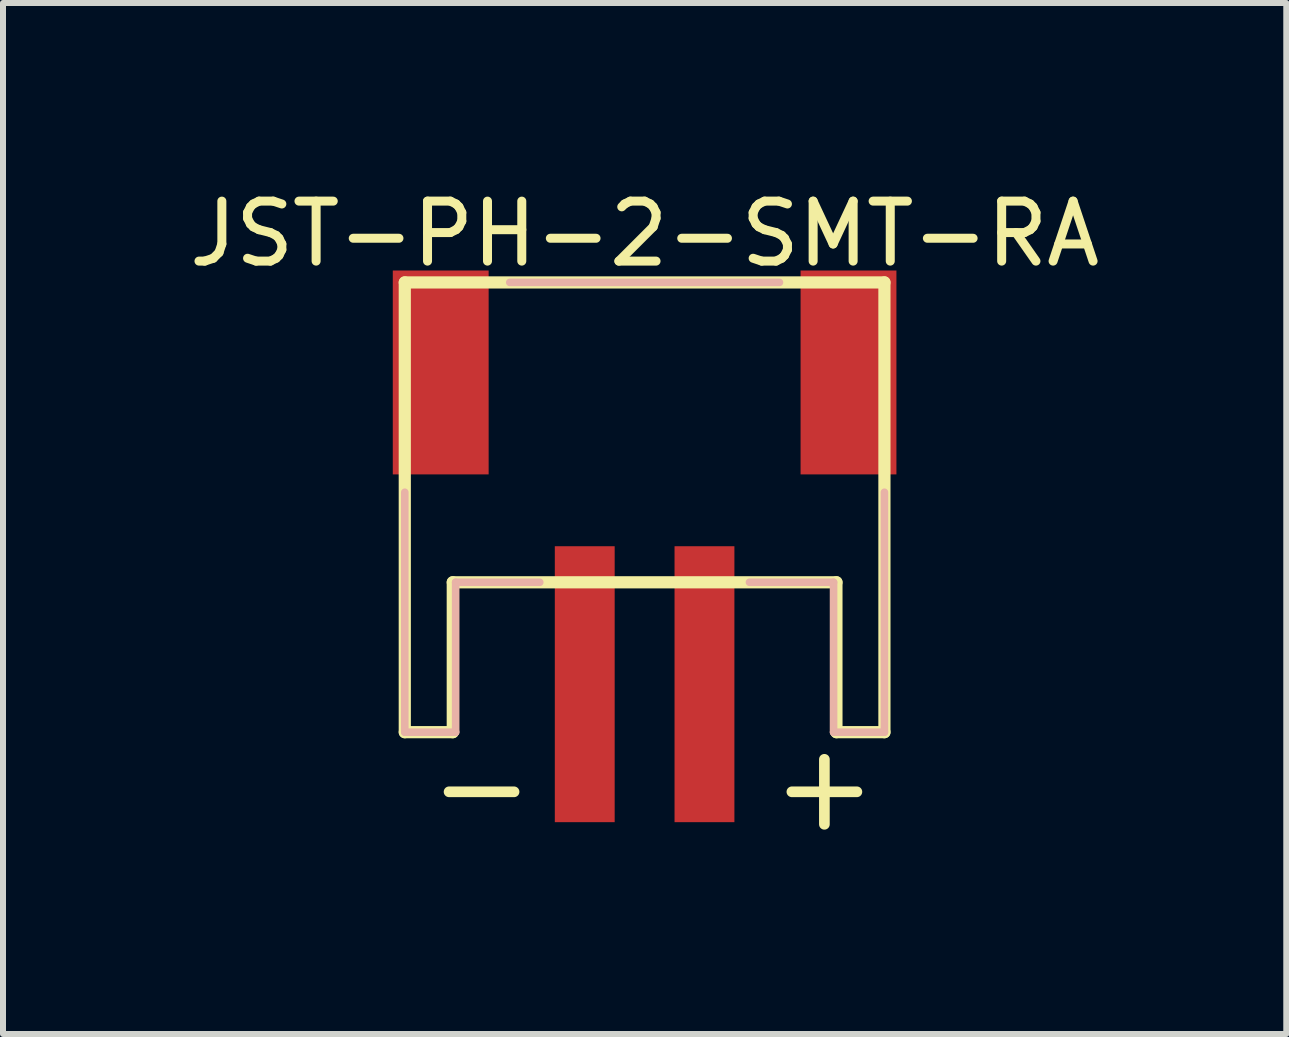
<source format=kicad_pcb>
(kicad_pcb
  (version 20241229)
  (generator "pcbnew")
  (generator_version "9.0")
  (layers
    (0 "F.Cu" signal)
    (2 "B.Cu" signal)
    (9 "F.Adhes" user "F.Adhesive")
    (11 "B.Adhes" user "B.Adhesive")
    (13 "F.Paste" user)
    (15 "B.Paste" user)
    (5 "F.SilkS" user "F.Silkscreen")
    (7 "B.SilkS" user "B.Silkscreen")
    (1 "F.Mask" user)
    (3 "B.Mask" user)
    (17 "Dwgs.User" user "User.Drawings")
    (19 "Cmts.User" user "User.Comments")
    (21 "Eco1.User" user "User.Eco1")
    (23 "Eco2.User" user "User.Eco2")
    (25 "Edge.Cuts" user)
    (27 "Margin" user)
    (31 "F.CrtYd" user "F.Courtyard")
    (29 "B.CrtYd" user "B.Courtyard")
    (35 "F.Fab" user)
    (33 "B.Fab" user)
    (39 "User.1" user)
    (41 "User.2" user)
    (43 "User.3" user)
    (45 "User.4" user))
  (footprint "JST-PH-2-SMT-RA"
    (layer "F.Cu")
    (at 7.696 4.658)
    (property "Reference" "JST-PH-2-SMT-RA" (at 0 -3.81 0) (layer "F.SilkS") (effects (font (size 1 1) (thickness 0.15))))
    (attr smd)
    (fp_line (start -3.998 -3) (end 3.998 -3) (stroke (width 0.203) (type solid)) (layer "F.SilkS"))
    (fp_line (start -3.998 4.498) (end -3.998 -3) (stroke (width 0.203) (type solid)) (layer "F.SilkS"))
    (fp_line (start -3.198 1.999) (end -3.198 4.498) (stroke (width 0.203) (type solid)) (layer "F.SilkS"))
    (fp_line (start -3.198 4.498) (end -3.998 4.498) (stroke (width 0.203) (type solid)) (layer "F.SilkS"))
    (fp_line (start 3.198 1.999) (end -3.198 1.999) (stroke (width 0.203) (type solid)) (layer "F.SilkS"))
    (fp_line (start 3.198 4.498) (end 3.198 1.999) (stroke (width 0.203) (type solid)) (layer "F.SilkS"))
    (fp_line (start 3.998 -3) (end 3.998 4.498) (stroke (width 0.203) (type solid)) (layer "F.SilkS"))
    (fp_line (start 3.998 4.498) (end 3.198 4.498) (stroke (width 0.203) (type solid)) (layer "F.SilkS"))
    (fp_line (start -3.998 4.498) (end -3.998 0.498) (stroke (width 0.127) (type solid)) (layer "B.SilkS"))
    (fp_line (start -3.15 1.999) (end -3.15 4.498) (stroke (width 0.127) (type solid)) (layer "B.SilkS"))
    (fp_line (start -3.15 4.498) (end -3.998 4.498) (stroke (width 0.127) (type solid)) (layer "B.SilkS"))
    (fp_line (start -2.248 -3) (end 2.248 -3) (stroke (width 0.127) (type solid)) (layer "B.SilkS"))
    (fp_line (start -1.748 1.999) (end -3.15 1.999) (stroke (width 0.127) (type solid)) (layer "B.SilkS"))
    (fp_line (start 3.15 1.999) (end 1.748 1.999) (stroke (width 0.127) (type solid)) (layer "B.SilkS"))
    (fp_line (start 3.15 4.498) (end 3.15 1.999) (stroke (width 0.127) (type solid)) (layer "B.SilkS"))
    (fp_line (start 3.998 0.498) (end 3.998 4.498) (stroke (width 0.127) (type solid)) (layer "B.SilkS"))
    (fp_line (start 3.998 4.498) (end 3.15 4.498) (stroke (width 0.127) (type solid)) (layer "B.SilkS"))
    (fp_text user "-" (at -2.718 5.385 0) (layer "F.SilkS") (effects (font (size 1.422 1.422) (thickness 0.178))))
    (fp_text user "+" (at 2.997 5.385 0) (layer "F.SilkS") (effects (font (size 1.422 1.422) (thickness 0.178))))
    (pad "" smd rect (at -3.399 -1.499 90) (size 3.399 1.598) (layers "F.Cu" "F.Mask" "F.Paste"))
    (pad "" smd rect (at 3.399 -1.499 90) (size 3.399 1.598) (layers "F.Cu" "F.Mask" "F.Paste"))
    (pad "1" smd rect (at 0.998 3.698) (size 0.998 4.6) (layers "F.Cu" "F.Mask" "F.Paste"))
    (pad "2" smd rect (at -0.998 3.698) (size 0.998 4.6) (layers "F.Cu" "F.Mask" "F.Paste")))
  (gr_rect
    (start -3 -3)
    (end 18.393 14.187)
    (stroke (width 0.1) (type default))
    (fill no)
    (layer "Edge.Cuts")))
</source>
